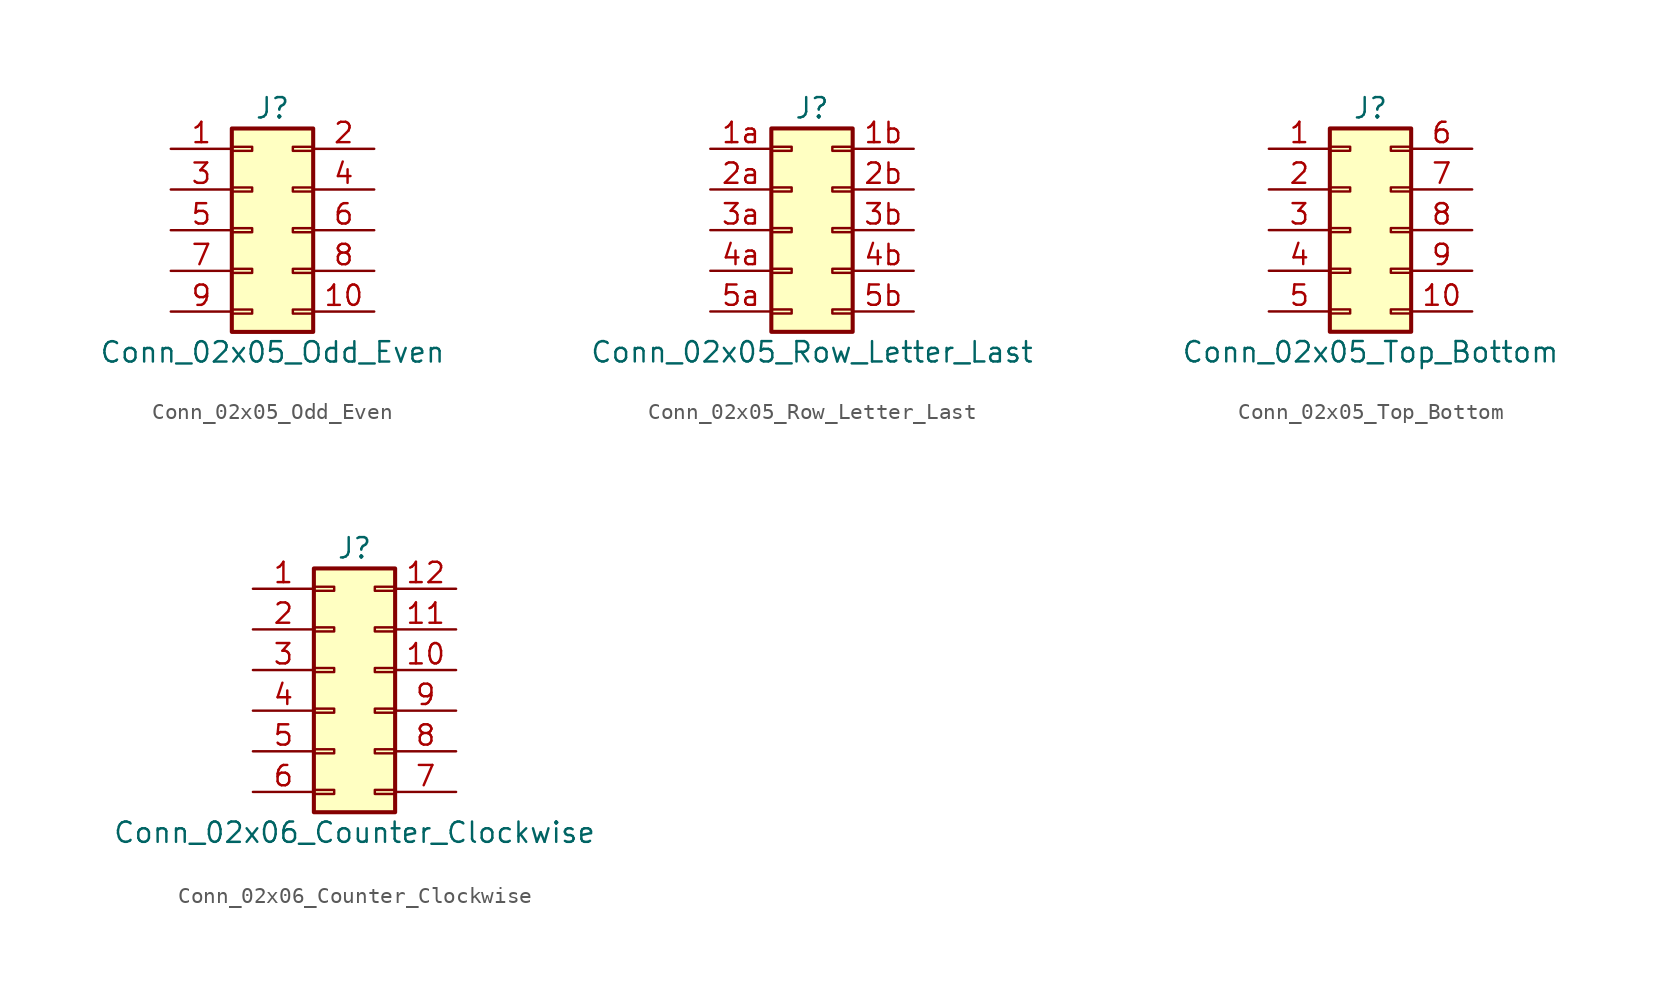
<source format=kicad_sym>
(kicad_symbol_lib
  (version 20201005)
  (generator kicad_symbol_editor)
  (symbol "Conn_02x05_Odd_Even"
    (pin_names
      (offset 1.016) hide)
    (property "Reference" "J"
      (at 1.27 7.62 0)
      (effects (font (size 1.27 1.27))))
    (property "Value" "Conn_02x05_Odd_Even"
      (at 1.27 -7.62 0)
      (effects (font (size 1.27 1.27))))
    (symbol "Conn_02x05_Odd_Even_1_1"
      (rectangle (start -1.27 -4.953) (end 0 -5.207) (stroke (width 0.152)) (fill (type none)))
      (rectangle (start -1.27 -2.413) (end 0 -2.667) (stroke (width 0.152)) (fill (type none)))
      (rectangle (start -1.27 0.127) (end 0 -0.127) (stroke (width 0.152)) (fill (type none)))
      (rectangle (start -1.27 2.667) (end 0 2.413) (stroke (width 0.152)) (fill (type none)))
      (rectangle (start -1.27 5.207) (end 0 4.953) (stroke (width 0.152)) (fill (type none)))
      (rectangle (start -1.27 6.35) (end 3.81 -6.35) (stroke (width 0.254)) (fill (type background)))
      (rectangle (start 3.81 -4.953) (end 2.54 -5.207) (stroke (width 0.152)) (fill (type none)))
      (rectangle (start 3.81 -2.413) (end 2.54 -2.667) (stroke (width 0.152)) (fill (type none)))
      (rectangle (start 3.81 0.127) (end 2.54 -0.127) (stroke (width 0.152)) (fill (type none)))
      (rectangle (start 3.81 2.667) (end 2.54 2.413) (stroke (width 0.152)) (fill (type none)))
      (rectangle (start 3.81 5.207) (end 2.54 4.953) (stroke (width 0.152)) (fill (type none)))
      (pin passive line (at -5.08 5.08 0) (length 3.81) (name "Pin_1" (effects (font (size 1.27 1.27)))) (number "1" (effects (font (size 1.27 1.27)))))
      (pin passive line (at 7.62 -5.08 180) (length 3.81) (name "Pin_10" (effects (font (size 1.27 1.27)))) (number "10" (effects (font (size 1.27 1.27)))))
      (pin passive line (at 7.62 5.08 180) (length 3.81) (name "Pin_2" (effects (font (size 1.27 1.27)))) (number "2" (effects (font (size 1.27 1.27)))))
      (pin passive line (at -5.08 2.54 0) (length 3.81) (name "Pin_3" (effects (font (size 1.27 1.27)))) (number "3" (effects (font (size 1.27 1.27)))))
      (pin passive line (at 7.62 2.54 180) (length 3.81) (name "Pin_4" (effects (font (size 1.27 1.27)))) (number "4" (effects (font (size 1.27 1.27)))))
      (pin passive line (at -5.08 0 0) (length 3.81) (name "Pin_5" (effects (font (size 1.27 1.27)))) (number "5" (effects (font (size 1.27 1.27)))))
      (pin passive line (at 7.62 0 180) (length 3.81) (name "Pin_6" (effects (font (size 1.27 1.27)))) (number "6" (effects (font (size 1.27 1.27)))))
      (pin passive line (at -5.08 -2.54 0) (length 3.81) (name "Pin_7" (effects (font (size 1.27 1.27)))) (number "7" (effects (font (size 1.27 1.27)))))
      (pin passive line (at 7.62 -2.54 180) (length 3.81) (name "Pin_8" (effects (font (size 1.27 1.27)))) (number "8" (effects (font (size 1.27 1.27)))))
      (pin passive line (at -5.08 -5.08 0) (length 3.81) (name "Pin_9" (effects (font (size 1.27 1.27)))) (number "9" (effects (font (size 1.27 1.27)))))))
  (symbol "Conn_02x05_Row_Letter_Last"
    (pin_names
      (offset 1.016) hide)
    (property "Reference" "J"
      (at 1.27 7.62 0)
      (effects (font (size 1.27 1.27))))
    (property "Value" "Conn_02x05_Row_Letter_Last"
      (at 1.27 -7.62 0)
      (effects (font (size 1.27 1.27))))
    (symbol "Conn_02x05_Row_Letter_Last_1_1"
      (rectangle (start -1.27 -4.953) (end 0 -5.207) (stroke (width 0.152)) (fill (type none)))
      (rectangle (start -1.27 -2.413) (end 0 -2.667) (stroke (width 0.152)) (fill (type none)))
      (rectangle (start -1.27 0.127) (end 0 -0.127) (stroke (width 0.152)) (fill (type none)))
      (rectangle (start -1.27 2.667) (end 0 2.413) (stroke (width 0.152)) (fill (type none)))
      (rectangle (start -1.27 5.207) (end 0 4.953) (stroke (width 0.152)) (fill (type none)))
      (rectangle (start -1.27 6.35) (end 3.81 -6.35) (stroke (width 0.254)) (fill (type background)))
      (rectangle (start 3.81 -4.953) (end 2.54 -5.207) (stroke (width 0.152)) (fill (type none)))
      (rectangle (start 3.81 -2.413) (end 2.54 -2.667) (stroke (width 0.152)) (fill (type none)))
      (rectangle (start 3.81 0.127) (end 2.54 -0.127) (stroke (width 0.152)) (fill (type none)))
      (rectangle (start 3.81 2.667) (end 2.54 2.413) (stroke (width 0.152)) (fill (type none)))
      (rectangle (start 3.81 5.207) (end 2.54 4.953) (stroke (width 0.152)) (fill (type none)))
      (pin passive line (at -5.08 5.08 0) (length 3.81) (name "Pin_1a" (effects (font (size 1.27 1.27)))) (number "1a" (effects (font (size 1.27 1.27)))))
      (pin passive line (at 7.62 5.08 180) (length 3.81) (name "Pin_1b" (effects (font (size 1.27 1.27)))) (number "1b" (effects (font (size 1.27 1.27)))))
      (pin passive line (at -5.08 2.54 0) (length 3.81) (name "Pin_2a" (effects (font (size 1.27 1.27)))) (number "2a" (effects (font (size 1.27 1.27)))))
      (pin passive line (at 7.62 2.54 180) (length 3.81) (name "Pin_2b" (effects (font (size 1.27 1.27)))) (number "2b" (effects (font (size 1.27 1.27)))))
      (pin passive line (at -5.08 0 0) (length 3.81) (name "Pin_3a" (effects (font (size 1.27 1.27)))) (number "3a" (effects (font (size 1.27 1.27)))))
      (pin passive line (at 7.62 0 180) (length 3.81) (name "Pin_3b" (effects (font (size 1.27 1.27)))) (number "3b" (effects (font (size 1.27 1.27)))))
      (pin passive line (at -5.08 -2.54 0) (length 3.81) (name "Pin_4a" (effects (font (size 1.27 1.27)))) (number "4a" (effects (font (size 1.27 1.27)))))
      (pin passive line (at 7.62 -2.54 180) (length 3.81) (name "Pin_4b" (effects (font (size 1.27 1.27)))) (number "4b" (effects (font (size 1.27 1.27)))))
      (pin passive line (at -5.08 -5.08 0) (length 3.81) (name "Pin_5a" (effects (font (size 1.27 1.27)))) (number "5a" (effects (font (size 1.27 1.27)))))
      (pin passive line (at 7.62 -5.08 180) (length 3.81) (name "Pin_5b" (effects (font (size 1.27 1.27)))) (number "5b" (effects (font (size 1.27 1.27)))))))
  (symbol "Conn_02x05_Top_Bottom"
    (pin_names
      (offset 1.016) hide)
    (property "Reference" "J"
      (at 1.27 7.62 0)
      (effects (font (size 1.27 1.27))))
    (property "Value" "Conn_02x05_Top_Bottom"
      (at 1.27 -7.62 0)
      (effects (font (size 1.27 1.27))))
    (symbol "Conn_02x05_Top_Bottom_1_1"
      (rectangle (start -1.27 -4.953) (end 0 -5.207) (stroke (width 0.152)) (fill (type none)))
      (rectangle (start -1.27 -2.413) (end 0 -2.667) (stroke (width 0.152)) (fill (type none)))
      (rectangle (start -1.27 0.127) (end 0 -0.127) (stroke (width 0.152)) (fill (type none)))
      (rectangle (start -1.27 2.667) (end 0 2.413) (stroke (width 0.152)) (fill (type none)))
      (rectangle (start -1.27 5.207) (end 0 4.953) (stroke (width 0.152)) (fill (type none)))
      (rectangle (start -1.27 6.35) (end 3.81 -6.35) (stroke (width 0.254)) (fill (type background)))
      (rectangle (start 3.81 -4.953) (end 2.54 -5.207) (stroke (width 0.152)) (fill (type none)))
      (rectangle (start 3.81 -2.413) (end 2.54 -2.667) (stroke (width 0.152)) (fill (type none)))
      (rectangle (start 3.81 0.127) (end 2.54 -0.127) (stroke (width 0.152)) (fill (type none)))
      (rectangle (start 3.81 2.667) (end 2.54 2.413) (stroke (width 0.152)) (fill (type none)))
      (rectangle (start 3.81 5.207) (end 2.54 4.953) (stroke (width 0.152)) (fill (type none)))
      (pin passive line (at -5.08 5.08 0) (length 3.81) (name "Pin_1" (effects (font (size 1.27 1.27)))) (number "1" (effects (font (size 1.27 1.27)))))
      (pin passive line (at 7.62 -5.08 180) (length 3.81) (name "Pin_10" (effects (font (size 1.27 1.27)))) (number "10" (effects (font (size 1.27 1.27)))))
      (pin passive line (at -5.08 2.54 0) (length 3.81) (name "Pin_2" (effects (font (size 1.27 1.27)))) (number "2" (effects (font (size 1.27 1.27)))))
      (pin passive line (at -5.08 0 0) (length 3.81) (name "Pin_3" (effects (font (size 1.27 1.27)))) (number "3" (effects (font (size 1.27 1.27)))))
      (pin passive line (at -5.08 -2.54 0) (length 3.81) (name "Pin_4" (effects (font (size 1.27 1.27)))) (number "4" (effects (font (size 1.27 1.27)))))
      (pin passive line (at -5.08 -5.08 0) (length 3.81) (name "Pin_5" (effects (font (size 1.27 1.27)))) (number "5" (effects (font (size 1.27 1.27)))))
      (pin passive line (at 7.62 5.08 180) (length 3.81) (name "Pin_6" (effects (font (size 1.27 1.27)))) (number "6" (effects (font (size 1.27 1.27)))))
      (pin passive line (at 7.62 2.54 180) (length 3.81) (name "Pin_7" (effects (font (size 1.27 1.27)))) (number "7" (effects (font (size 1.27 1.27)))))
      (pin passive line (at 7.62 0 180) (length 3.81) (name "Pin_8" (effects (font (size 1.27 1.27)))) (number "8" (effects (font (size 1.27 1.27)))))
      (pin passive line (at 7.62 -2.54 180) (length 3.81) (name "Pin_9" (effects (font (size 1.27 1.27)))) (number "9" (effects (font (size 1.27 1.27)))))))
  (symbol "Conn_02x06_Counter_Clockwise"
    (pin_names
      (offset 1.016) hide)
    (property "Reference" "J"
      (at 1.27 7.62 0)
      (effects (font (size 1.27 1.27))))
    (property "Value" "Conn_02x06_Counter_Clockwise"
      (at 1.27 -10.16 0)
      (effects (font (size 1.27 1.27))))
    (symbol "Conn_02x06_Counter_Clockwise_1_1"
      (rectangle (start -1.27 -7.493) (end 0 -7.747) (stroke (width 0.152)) (fill (type none)))
      (rectangle (start -1.27 -4.953) (end 0 -5.207) (stroke (width 0.152)) (fill (type none)))
      (rectangle (start -1.27 -2.413) (end 0 -2.667) (stroke (width 0.152)) (fill (type none)))
      (rectangle (start -1.27 0.127) (end 0 -0.127) (stroke (width 0.152)) (fill (type none)))
      (rectangle (start -1.27 2.667) (end 0 2.413) (stroke (width 0.152)) (fill (type none)))
      (rectangle (start -1.27 5.207) (end 0 4.953) (stroke (width 0.152)) (fill (type none)))
      (rectangle (start -1.27 6.35) (end 3.81 -8.89) (stroke (width 0.254)) (fill (type background)))
      (rectangle (start 3.81 -7.493) (end 2.54 -7.747) (stroke (width 0.152)) (fill (type none)))
      (rectangle (start 3.81 -4.953) (end 2.54 -5.207) (stroke (width 0.152)) (fill (type none)))
      (rectangle (start 3.81 -2.413) (end 2.54 -2.667) (stroke (width 0.152)) (fill (type none)))
      (rectangle (start 3.81 0.127) (end 2.54 -0.127) (stroke (width 0.152)) (fill (type none)))
      (rectangle (start 3.81 2.667) (end 2.54 2.413) (stroke (width 0.152)) (fill (type none)))
      (rectangle (start 3.81 5.207) (end 2.54 4.953) (stroke (width 0.152)) (fill (type none)))
      (pin passive line (at -5.08 5.08 0) (length 3.81) (name "Pin_1" (effects (font (size 1.27 1.27)))) (number "1" (effects (font (size 1.27 1.27)))))
      (pin passive line (at 7.62 0 180) (length 3.81) (name "Pin_10" (effects (font (size 1.27 1.27)))) (number "10" (effects (font (size 1.27 1.27)))))
      (pin passive line (at 7.62 2.54 180) (length 3.81) (name "Pin_11" (effects (font (size 1.27 1.27)))) (number "11" (effects (font (size 1.27 1.27)))))
      (pin passive line (at 7.62 5.08 180) (length 3.81) (name "Pin_12" (effects (font (size 1.27 1.27)))) (number "12" (effects (font (size 1.27 1.27)))))
      (pin passive line (at -5.08 2.54 0) (length 3.81) (name "Pin_2" (effects (font (size 1.27 1.27)))) (number "2" (effects (font (size 1.27 1.27)))))
      (pin passive line (at -5.08 0 0) (length 3.81) (name "Pin_3" (effects (font (size 1.27 1.27)))) (number "3" (effects (font (size 1.27 1.27)))))
      (pin passive line (at -5.08 -2.54 0) (length 3.81) (name "Pin_4" (effects (font (size 1.27 1.27)))) (number "4" (effects (font (size 1.27 1.27)))))
      (pin passive line (at -5.08 -5.08 0) (length 3.81) (name "Pin_5" (effects (font (size 1.27 1.27)))) (number "5" (effects (font (size 1.27 1.27)))))
      (pin passive line (at -5.08 -7.62 0) (length 3.81) (name "Pin_6" (effects (font (size 1.27 1.27)))) (number "6" (effects (font (size 1.27 1.27)))))
      (pin passive line (at 7.62 -7.62 180) (length 3.81) (name "Pin_7" (effects (font (size 1.27 1.27)))) (number "7" (effects (font (size 1.27 1.27)))))
      (pin passive line (at 7.62 -5.08 180) (length 3.81) (name "Pin_8" (effects (font (size 1.27 1.27)))) (number "8" (effects (font (size 1.27 1.27)))))
      (pin passive line (at 7.62 -2.54 180) (length 3.81) (name "Pin_9" (effects (font (size 1.27 1.27)))) (number "9" (effects (font (size 1.27 1.27))))))))
</source>
